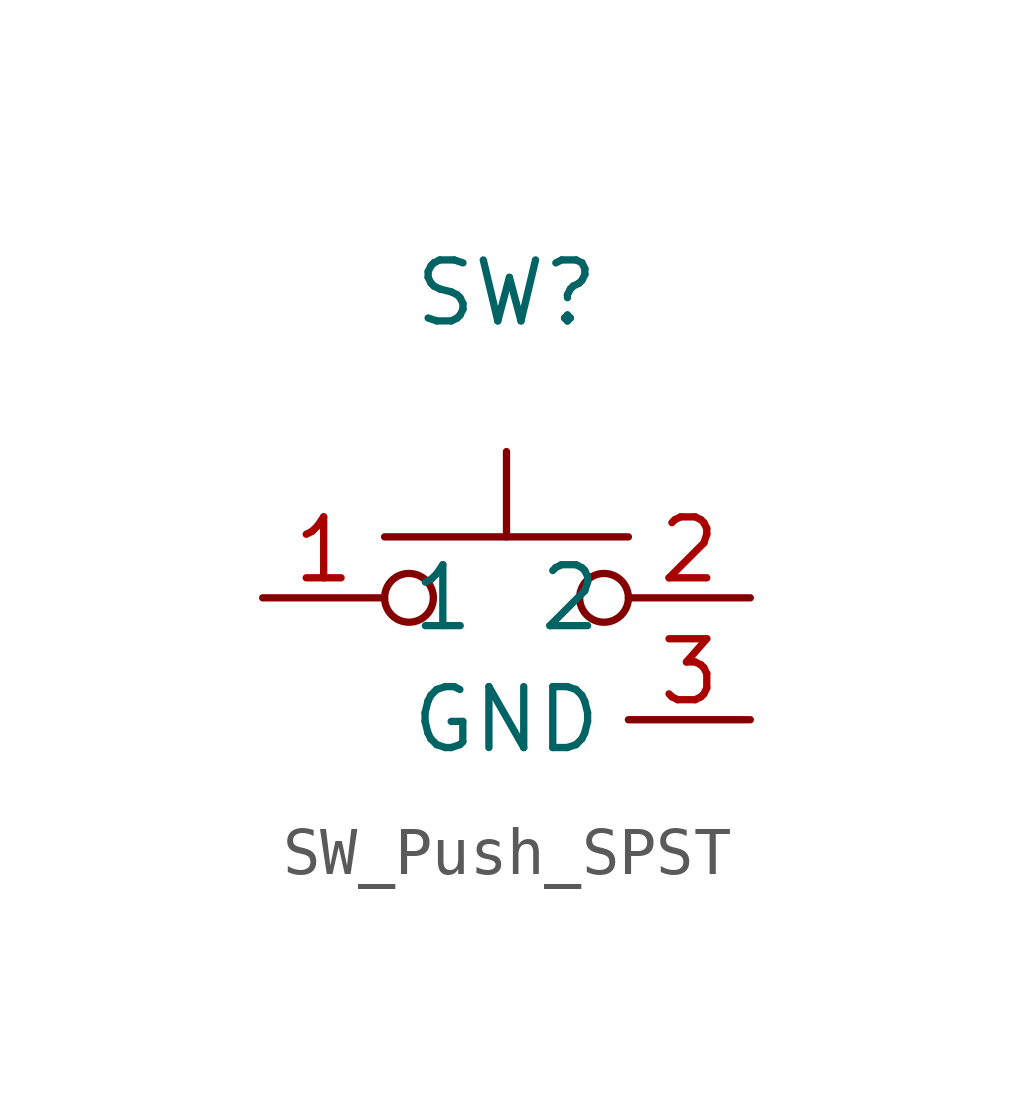
<source format=kicad_sym>
(kicad_symbol_lib
  (version 20220914)
  (generator kicad_symbol_editor)
  (symbol "SW_Push_SPST"
    (property "Reference" "SW"
      (at 0 6.35 0)
      (effects (font (size 1.27 1.27))))
    (property "Value" ""
      (at 0 0 0)
      (effects (font (size 1.27 1.27))))
    (symbol "SW_Push_SPST_0_1"
      (circle (center -2.032 0) (radius 0.508) (stroke (width 0) (type default)) (fill (type none)))
      (polyline (pts (xy 0 1.27) (xy 0 3.048)) (stroke (width 0) (type default)) (fill (type none)))
      (polyline (pts (xy 2.54 1.27) (xy -2.54 1.27)) (stroke (width 0) (type default)) (fill (type none)))
      (circle (center 2.032 0) (radius 0.508) (stroke (width 0) (type default)) (fill (type none)))
      (pin passive line (at -5.08 0 0) (length 2.54) (name "1" (effects (font (size 1.27 1.27)))) (number "1" (effects (font (size 1.27 1.27)))))
      (pin passive line (at 5.08 0 180) (length 2.54) (name "2" (effects (font (size 1.27 1.27)))) (number "2" (effects (font (size 1.27 1.27)))))
      (pin power_in line (at 5.08 -2.54 180) (length 2.54) (name "GND" (effects (font (size 1.27 1.27)))) (number "3" (effects (font (size 1.27 1.27))))))))
</source>
